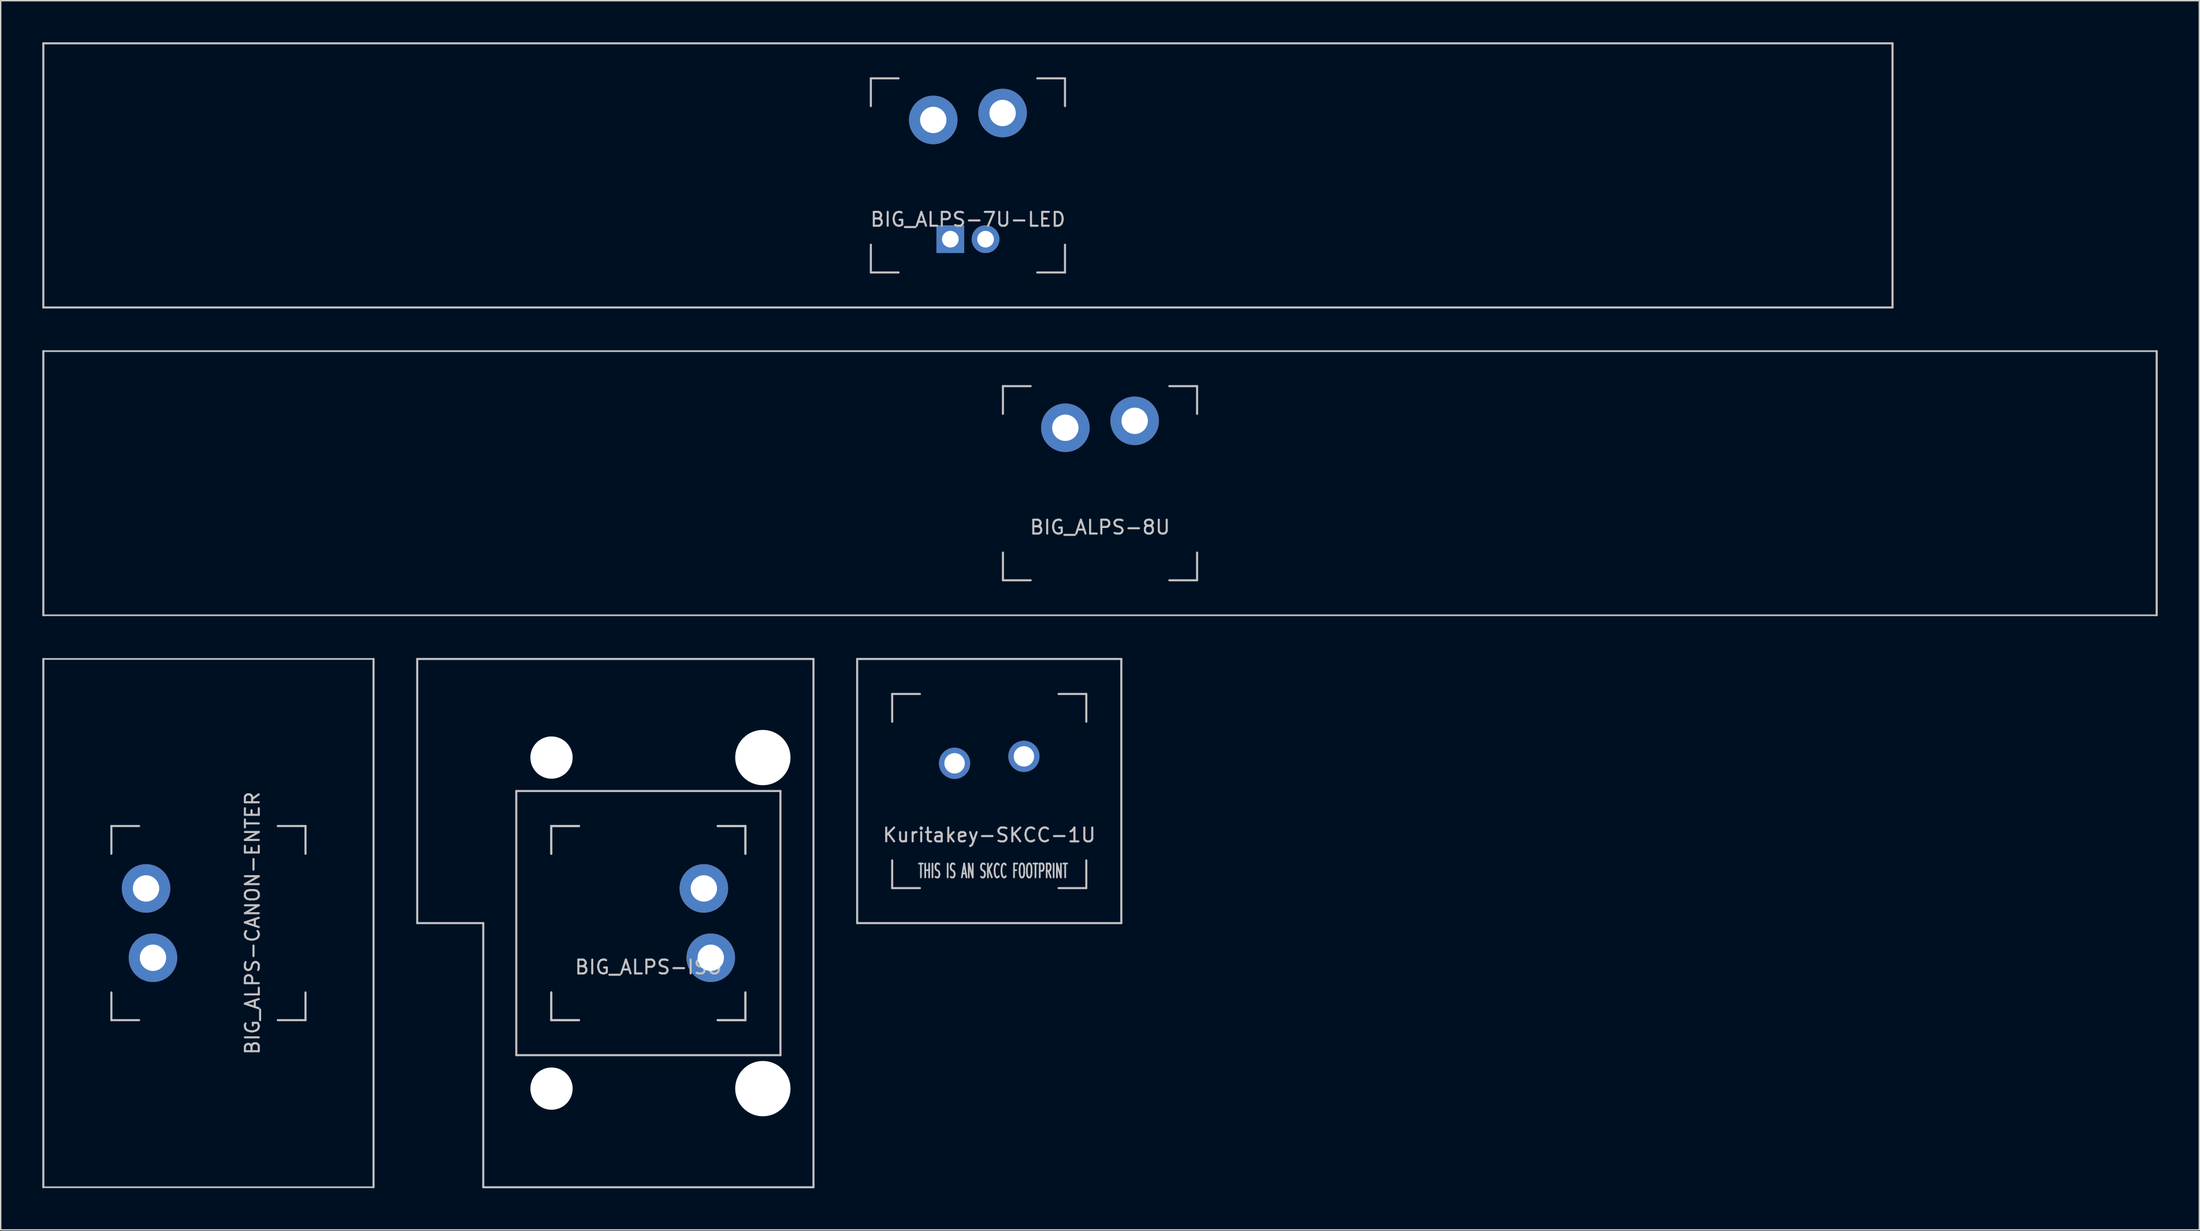
<source format=kicad_pcb>
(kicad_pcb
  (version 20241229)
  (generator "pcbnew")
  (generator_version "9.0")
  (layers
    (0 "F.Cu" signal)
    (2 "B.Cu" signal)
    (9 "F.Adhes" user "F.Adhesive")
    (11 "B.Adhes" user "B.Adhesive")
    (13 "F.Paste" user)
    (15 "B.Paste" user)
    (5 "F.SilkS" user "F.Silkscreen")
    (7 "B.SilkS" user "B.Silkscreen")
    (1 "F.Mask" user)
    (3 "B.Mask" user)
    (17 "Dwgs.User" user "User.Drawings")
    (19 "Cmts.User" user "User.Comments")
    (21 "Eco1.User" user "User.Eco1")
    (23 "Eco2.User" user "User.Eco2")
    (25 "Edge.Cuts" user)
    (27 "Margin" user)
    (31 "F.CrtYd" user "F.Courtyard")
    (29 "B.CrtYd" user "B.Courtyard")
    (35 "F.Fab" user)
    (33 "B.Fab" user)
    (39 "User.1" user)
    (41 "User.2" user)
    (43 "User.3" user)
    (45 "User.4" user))
  (footprint "BIG_ALPS-ISO"
    (layer "F.Cu")
    (at 43.706 63.525)
    (property "Reference" "BIG_ALPS-ISO" (at 0 3.175 0) (layer "Dwgs.User") (effects (font (size 1 1) (thickness 0.15))))
    (attr through_hole)
    (fp_line (start -16.669 -19.05) (end -16.669 0) (stroke (width 0.15) (type solid)) (layer "Dwgs.User"))
    (fp_line (start -16.669 -19.05) (end 11.906 -19.05) (stroke (width 0.15) (type solid)) (layer "Dwgs.User"))
    (fp_line (start -11.906 0) (end -16.669 0) (stroke (width 0.15) (type solid)) (layer "Dwgs.User"))
    (fp_line (start -11.906 19.05) (end -11.906 0) (stroke (width 0.15) (type solid)) (layer "Dwgs.User"))
    (fp_line (start -11.906 19.05) (end 11.906 19.05) (stroke (width 0.15) (type solid)) (layer "Dwgs.User"))
    (fp_line (start -9.525 -9.525) (end -9.525 9.525) (stroke (width 0.15) (type solid)) (layer "Dwgs.User"))
    (fp_line (start -9.525 -9.525) (end 9.525 -9.525) (stroke (width 0.15) (type solid)) (layer "Dwgs.User"))
    (fp_line (start -7 -7) (end -7 -5) (stroke (width 0.15) (type solid)) (layer "Dwgs.User"))
    (fp_line (start -7 -7) (end -7 -5) (stroke (width 0.15) (type solid)) (layer "Dwgs.User"))
    (fp_line (start -7 5) (end -7 7) (stroke (width 0.15) (type solid)) (layer "Dwgs.User"))
    (fp_line (start -7 5) (end -7 7) (stroke (width 0.15) (type solid)) (layer "Dwgs.User"))
    (fp_line (start -7 7) (end -5 7) (stroke (width 0.15) (type solid)) (layer "Dwgs.User"))
    (fp_line (start -7 7) (end -5 7) (stroke (width 0.15) (type solid)) (layer "Dwgs.User"))
    (fp_line (start -5 -7) (end -7 -7) (stroke (width 0.15) (type solid)) (layer "Dwgs.User"))
    (fp_line (start -5 -7) (end -7 -7) (stroke (width 0.15) (type solid)) (layer "Dwgs.User"))
    (fp_line (start 5 -7) (end 7 -7) (stroke (width 0.15) (type solid)) (layer "Dwgs.User"))
    (fp_line (start 5 7) (end 7 7) (stroke (width 0.15) (type solid)) (layer "Dwgs.User"))
    (fp_line (start 7 -7) (end 5 -7) (stroke (width 0.15) (type solid)) (layer "Dwgs.User"))
    (fp_line (start 7 -7) (end 7 -5) (stroke (width 0.15) (type solid)) (layer "Dwgs.User"))
    (fp_line (start 7 -5) (end 7 -7) (stroke (width 0.15) (type solid)) (layer "Dwgs.User"))
    (fp_line (start 7 5) (end 7 7) (stroke (width 0.15) (type solid)) (layer "Dwgs.User"))
    (fp_line (start 7 7) (end 5 7) (stroke (width 0.15) (type solid)) (layer "Dwgs.User"))
    (fp_line (start 7 7) (end 7 5) (stroke (width 0.15) (type solid)) (layer "Dwgs.User"))
    (fp_line (start 9.525 -9.525) (end 9.525 9.525) (stroke (width 0.15) (type solid)) (layer "Dwgs.User"))
    (fp_line (start 9.525 9.525) (end -9.525 9.525) (stroke (width 0.15) (type solid)) (layer "Dwgs.User"))
    (fp_line (start 11.906 -19.05) (end 11.906 19.05) (stroke (width 0.15) (type solid)) (layer "Dwgs.User"))
    (pad "" np_thru_hole circle (at -6.985 -11.938) (size 3.048 3.048) (drill 3.048) (layers "*.Cu" "*.Mask"))
    (pad "" np_thru_hole circle (at -6.985 11.938) (size 3.048 3.048) (drill 3.048) (layers "*.Cu" "*.Mask"))
    (pad "" np_thru_hole circle (at 8.255 -11.938) (size 3.988 3.988) (drill 3.988) (layers "*.Cu" "*.Mask"))
    (pad "" np_thru_hole circle (at 8.255 11.938) (size 3.988 3.988) (drill 3.988) (layers "*.Cu" "*.Mask"))
    (pad "1" thru_hole circle (at 4 -2.5 270) (size 3.5 3.5) (drill 1.9) (layers "*.Cu" "B.Mask"))
    (pad "2" thru_hole circle (at 4.5 2.5 270) (size 3.5 3.5) (drill 1.9) (layers "*.Cu" "B.Mask")))
  (footprint "Kuritakey-SKCC-1U"
    (layer "F.Cu")
    (at 68.287 54)
    (property "Reference" "Kuritakey-SKCC-1U" (at 0 3.175 0) (layer "Dwgs.User") (effects (font (size 1 1) (thickness 0.15))))
    (attr through_hole)
    (fp_line (start -9.525 -9.525) (end 9.525 -9.525) (stroke (width 0.15) (type solid)) (layer "Dwgs.User"))
    (fp_line (start -9.525 9.525) (end -9.525 -9.525) (stroke (width 0.15) (type solid)) (layer "Dwgs.User"))
    (fp_line (start -9.525 9.525) (end 9.525 9.525) (stroke (width 0.15) (type solid)) (layer "Dwgs.User"))
    (fp_line (start -7 -7) (end -7 -5) (stroke (width 0.15) (type solid)) (layer "Dwgs.User"))
    (fp_line (start -7 5) (end -7 7) (stroke (width 0.15) (type solid)) (layer "Dwgs.User"))
    (fp_line (start -7 7) (end -5 7) (stroke (width 0.15) (type solid)) (layer "Dwgs.User"))
    (fp_line (start -5 -7) (end -7 -7) (stroke (width 0.15) (type solid)) (layer "Dwgs.User"))
    (fp_line (start 5 -7) (end 7 -7) (stroke (width 0.15) (type solid)) (layer "Dwgs.User"))
    (fp_line (start 5 7) (end 7 7) (stroke (width 0.15) (type solid)) (layer "Dwgs.User"))
    (fp_line (start 7 -7) (end 7 -5) (stroke (width 0.15) (type solid)) (layer "Dwgs.User"))
    (fp_line (start 7 7) (end 7 5) (stroke (width 0.15) (type solid)) (layer "Dwgs.User"))
    (fp_line (start 9.525 -9.525) (end 9.525 9.525) (stroke (width 0.15) (type solid)) (layer "Dwgs.User"))
    (fp_text user "THIS IS AN SKCC FOOTPRINT" (at 0.275 5.775 0) (layer "Dwgs.User") (effects (font (size 1 0.5) (thickness 0.125))))
    (pad "1" thru_hole circle (at -2.5 -2) (size 2.25 2.25) (drill 1.47) (layers "*.Cu" "*.Mask"))
    (pad "2" thru_hole circle (at 2.5 -2.5) (size 2.25 2.25) (drill 1.47) (layers "*.Cu" "*.Mask")))
  (footprint "BIG_ALPS-8U"
    (layer "F.Cu")
    (at 76.275 31.8)
    (property "Reference" "BIG_ALPS-8U" (at 0 3.175 0) (layer "Dwgs.User") (effects (font (size 1 1) (thickness 0.15))))
    (fp_line (start -76.2 -9.525) (end 76.2 -9.525) (stroke (width 0.12) (type solid)) (layer "Dwgs.User"))
    (fp_line (start -76.2 9.525) (end -76.2 -9.525) (stroke (width 0.15) (type solid)) (layer "Dwgs.User"))
    (fp_line (start -7 -7) (end -7 -5) (stroke (width 0.15) (type solid)) (layer "Dwgs.User"))
    (fp_line (start -7 5) (end -7 7) (stroke (width 0.15) (type solid)) (layer "Dwgs.User"))
    (fp_line (start -7 7) (end -5 7) (stroke (width 0.15) (type solid)) (layer "Dwgs.User"))
    (fp_line (start -5 -7) (end -7 -7) (stroke (width 0.15) (type solid)) (layer "Dwgs.User"))
    (fp_line (start 5 -7) (end 7 -7) (stroke (width 0.15) (type solid)) (layer "Dwgs.User"))
    (fp_line (start 5 7) (end 7 7) (stroke (width 0.15) (type solid)) (layer "Dwgs.User"))
    (fp_line (start 7 -7) (end 7 -5) (stroke (width 0.15) (type solid)) (layer "Dwgs.User"))
    (fp_line (start 7 7) (end 7 5) (stroke (width 0.15) (type solid)) (layer "Dwgs.User"))
    (fp_line (start 76.2 -9.525) (end 76.2 9.525) (stroke (width 0.15) (type solid)) (layer "Dwgs.User"))
    (fp_line (start 76.2 9.525) (end -76.2 9.525) (stroke (width 0.12) (type solid)) (layer "Dwgs.User"))
    (pad "1" thru_hole circle (at -2.5 -4) (size 3.5 3.5) (drill 1.9) (layers "*.Cu" "*.Mask"))
    (pad "2" thru_hole circle (at 2.5 -4.5 90) (size 3.5 3.5) (drill 1.9) (layers "*.Cu" "*.Mask")))
  (footprint "BIG_ALPS-CANON-ENTER"
    (layer "F.Cu")
    (at 11.981 63.525)
    (property "Reference" "BIG_ALPS-CANON-ENTER" (at 3.175 0 90) (layer "Dwgs.User") (effects (font (size 1 1) (thickness 0.15))))
    (fp_line (start -11.906 19.05) (end -11.906 -19.05) (stroke (width 0.15) (type solid)) (layer "Dwgs.User"))
    (fp_line (start -7 -7) (end -5 -7) (stroke (width 0.15) (type solid)) (layer "Dwgs.User"))
    (fp_line (start -7 -5) (end -7 -7) (stroke (width 0.15) (type solid)) (layer "Dwgs.User"))
    (fp_line (start -7 5) (end -7 7) (stroke (width 0.15) (type solid)) (layer "Dwgs.User"))
    (fp_line (start -7 7) (end -5 7) (stroke (width 0.15) (type solid)) (layer "Dwgs.User"))
    (fp_line (start 5 7) (end 7 7) (stroke (width 0.15) (type solid)) (layer "Dwgs.User"))
    (fp_line (start 7 -7) (end 5 -7) (stroke (width 0.15) (type solid)) (layer "Dwgs.User"))
    (fp_line (start 7 -5) (end 7 -7) (stroke (width 0.15) (type solid)) (layer "Dwgs.User"))
    (fp_line (start 7 7) (end 7 5) (stroke (width 0.15) (type solid)) (layer "Dwgs.User"))
    (fp_line (start 11.906 -19.05) (end -11.906 -19.05) (stroke (width 0.12) (type solid)) (layer "Dwgs.User"))
    (fp_line (start 11.906 19.05) (end -11.906 19.05) (stroke (width 0.12) (type solid)) (layer "Dwgs.User"))
    (fp_line (start 11.906 19.05) (end 11.906 -19.05) (stroke (width 0.15) (type solid)) (layer "Dwgs.User"))
    (pad "1" thru_hole circle (at -4 2.5 90) (size 3.5 3.5) (drill 1.9) (layers "*.Cu" "*.Mask"))
    (pad "2" thru_hole circle (at -4.5 -2.5 90) (size 3.5 3.5) (drill 1.9) (layers "*.Cu" "*.Mask")))
  (footprint "BIG_ALPS-7U-LED"
    (layer "F.Cu")
    (at 66.75 9.6)
    (property "Reference" "BIG_ALPS-7U-LED" (at 0 3.175 0) (layer "Dwgs.User") (effects (font (size 1 1) (thickness 0.15))))
    (attr through_hole)
    (fp_line (start -66.675 -9.525) (end 66.675 -9.525) (stroke (width 0.15) (type solid)) (layer "Dwgs.User"))
    (fp_line (start -66.675 9.525) (end -66.675 -9.525) (stroke (width 0.15) (type solid)) (layer "Dwgs.User"))
    (fp_line (start -66.675 9.525) (end 66.675 9.525) (stroke (width 0.15) (type solid)) (layer "Dwgs.User"))
    (fp_line (start -7 -7) (end -7 -5) (stroke (width 0.15) (type solid)) (layer "Dwgs.User"))
    (fp_line (start -7 5) (end -7 7) (stroke (width 0.15) (type solid)) (layer "Dwgs.User"))
    (fp_line (start -7 7) (end -5 7) (stroke (width 0.15) (type solid)) (layer "Dwgs.User"))
    (fp_line (start -5 -7) (end -7 -7) (stroke (width 0.15) (type solid)) (layer "Dwgs.User"))
    (fp_line (start 5 -7) (end 7 -7) (stroke (width 0.15) (type solid)) (layer "Dwgs.User"))
    (fp_line (start 5 7) (end 7 7) (stroke (width 0.15) (type solid)) (layer "Dwgs.User"))
    (fp_line (start 7 -7) (end 7 -5) (stroke (width 0.15) (type solid)) (layer "Dwgs.User"))
    (fp_line (start 7 7) (end 7 5) (stroke (width 0.15) (type solid)) (layer "Dwgs.User"))
    (fp_line (start 66.675 -9.525) (end 66.675 9.525) (stroke (width 0.15) (type solid)) (layer "Dwgs.User"))
    (pad "1" thru_hole circle (at -2.5 -4) (size 3.5 3.5) (drill 1.9) (layers "*.Cu" "B.Mask"))
    (pad "2" thru_hole circle (at 2.5 -4.5) (size 3.5 3.5) (drill 1.9) (layers "*.Cu" "B.Mask"))
    (pad "3" thru_hole circle (at 1.27 4.6) (size 2 2) (drill 1.2) (layers "*.Cu" "B.Mask"))
    (pad "4" thru_hole rect (at -1.27 4.6) (size 2 2) (drill 1.2) (layers "*.Cu" "B.Mask")))
  (gr_rect
    (start -3 -3)
    (end 155.55 85.65)
    (stroke (width 0.1) (type default))
    (fill no)
    (layer "Edge.Cuts")))
</source>
